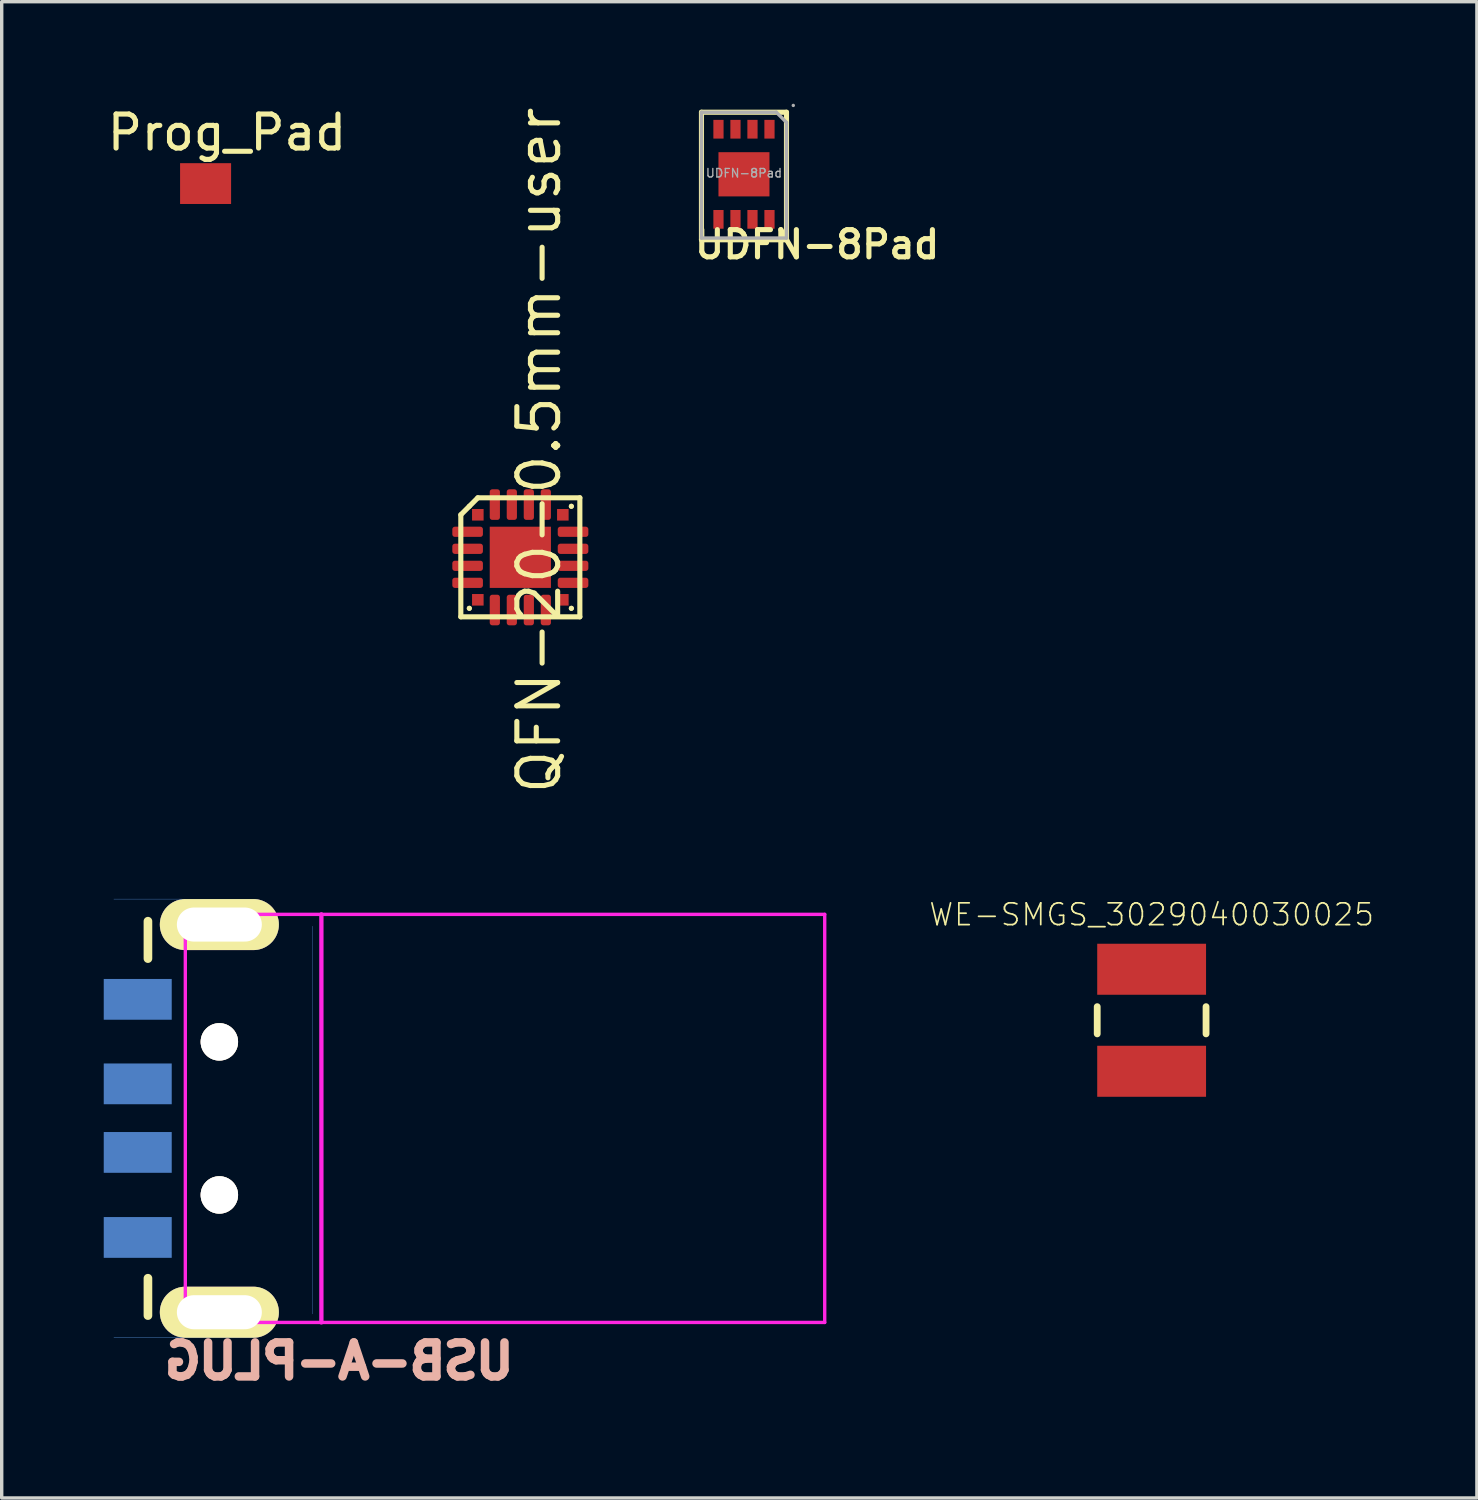
<source format=kicad_pcb>
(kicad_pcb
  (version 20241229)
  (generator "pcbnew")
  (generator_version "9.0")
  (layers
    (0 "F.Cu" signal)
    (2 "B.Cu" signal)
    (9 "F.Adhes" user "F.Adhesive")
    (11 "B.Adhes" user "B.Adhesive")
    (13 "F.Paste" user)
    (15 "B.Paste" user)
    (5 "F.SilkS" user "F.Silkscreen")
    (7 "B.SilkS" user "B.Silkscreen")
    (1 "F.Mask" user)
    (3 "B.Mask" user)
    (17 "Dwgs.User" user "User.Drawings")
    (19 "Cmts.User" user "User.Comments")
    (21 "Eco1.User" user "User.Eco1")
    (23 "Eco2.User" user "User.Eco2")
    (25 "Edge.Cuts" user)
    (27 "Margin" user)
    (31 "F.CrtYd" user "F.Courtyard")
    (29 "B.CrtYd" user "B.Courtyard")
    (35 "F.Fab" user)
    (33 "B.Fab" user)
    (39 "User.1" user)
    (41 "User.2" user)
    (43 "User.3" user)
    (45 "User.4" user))
  (footprint "USB-A-PLUG"
    (layer "F.Cu")
    (at 11.612 30.242)
    (property "Reference" "USB-A-PLUG" (at -4.686 6.731 180) (layer "B.SilkS") (effects (font (size 1 1) (thickness 0.25)) (justify mirror)))
    (attr through_hole)
    (fp_line (start -10.312 -5.105) (end -10.312 -6.205) (stroke (width 0.254) (type solid)) (layer "F.SilkS"))
    (fp_line (start -10.312 4.293) (end -10.312 5.392) (stroke (width 0.254) (type solid)) (layer "F.SilkS"))
    (fp_line (start -11.313 -6.855) (end -9.312 -6.855) (stroke (width 0.01) (type solid)) (layer "Cmts.User"))
    (fp_line (start -11.313 6.043) (end -9.312 6.043) (stroke (width 0.01) (type solid)) (layer "Cmts.User"))
    (fp_line (start -5.464 5.342) (end -5.464 -6.058) (stroke (width 0.01) (type solid)) (layer "Cmts.User"))
    (fp_line (start -9.213 -6.406) (end -9.213 5.593) (stroke (width 0.099) (type solid)) (layer "F.CrtYd"))
    (fp_line (start -9.213 5.593) (end 9.588 5.593) (stroke (width 0.099) (type solid)) (layer "F.CrtYd"))
    (fp_line (start -5.212 5.593) (end -5.212 -6.406) (stroke (width 0.127) (type solid)) (layer "F.CrtYd"))
    (fp_line (start 9.588 -6.406) (end -9.213 -6.406) (stroke (width 0.099) (type solid)) (layer "F.CrtYd"))
    (fp_line (start 9.588 5.593) (end 9.588 -6.406) (stroke (width 0.099) (type solid)) (layer "F.CrtYd"))
    (pad "1" smd rect (at -10.612 3.094 180) (size 1.999 1.199) (layers "B.Cu" "B.Mask" "B.Paste"))
    (pad "2" smd rect (at -10.612 0.594 180) (size 1.999 1.199) (layers "B.Cu" "B.Mask" "B.Paste"))
    (pad "3" smd rect (at -10.612 -1.422 180) (size 1.999 1.199) (layers "B.Cu" "B.Mask" "B.Paste"))
    (pad "4" smd rect (at -10.612 -3.907 180) (size 1.999 1.199) (layers "B.Cu" "B.Mask" "B.Paste"))
    (pad "5" thru_hole oval (at -8.212 -6.106 180) (size 3.5 1.501) (drill oval 2.499 1.001) (layers "*.Cu" "*.Mask" "F.SilkS"))
    (pad "6" thru_hole oval (at -8.212 5.293 180) (size 3.5 1.501) (drill oval 2.499 1.001) (layers "*.Cu" "*.Mask" "F.SilkS"))
    (pad "7" thru_hole circle (at -8.212 1.844 180) (size 1.1 1.1) (drill 1.1) (layers "*.Cu" "*.Mask" "F.SilkS"))
    (pad "8" thru_hole circle (at -8.212 -2.657 180) (size 1.1 1.1) (drill 1.1) (layers "*.Cu" "*.Mask" "F.SilkS")))
  (footprint "Prog_Pad"
    (layer "F.Cu")
    (at 2.995 2.348)
    (property "Reference" "Prog_Pad" (at 0.63 -1.5 0) (layer "F.SilkS") (effects (font (size 1 1) (thickness 0.15))))
    (attr through_hole)
    (pad "1" smd rect (at 0 0) (size 1.5 1.2) (layers "F.Cu" "F.Mask")))
  (footprint "UDFN-8Pad"
    (layer "F.Cu")
    (at 18.076 0.75)
    (property "Reference" "UDFN-8Pad" (at 2.9 3.39 180) (layer "F.SilkS") (effects (font (size 0.8 0.8) (thickness 0.15))))
    (attr through_hole)
    (fp_line (start -0.5 -0.5) (end 2 -0.5) (stroke (width 0.15) (type solid)) (layer "F.SilkS"))
    (fp_line (start -0.5 3.25) (end -0.5 -0.5) (stroke (width 0.15) (type solid)) (layer "F.SilkS"))
    (fp_line (start 2 -0.5) (end 2 3.25) (stroke (width 0.15) (type solid)) (layer "F.SilkS"))
    (fp_line (start 2 3.25) (end -0.5 3.25) (stroke (width 0.15) (type solid)) (layer "F.SilkS"))
    (fp_line (start -0.5 -0.5) (end 1.7 -0.5) (stroke (width 0.1) (type solid)) (layer "F.Fab"))
    (fp_line (start -0.5 3.2) (end -0.5 -0.5) (stroke (width 0.1) (type solid)) (layer "F.Fab"))
    (fp_line (start 1.7 -0.5) (end 2 -0.2) (stroke (width 0.1) (type solid)) (layer "F.Fab"))
    (fp_line (start 2 -0.2) (end 2 3.2) (stroke (width 0.1) (type solid)) (layer "F.Fab"))
    (fp_line (start 2 3.2) (end -0.5 3.2) (stroke (width 0.1) (type solid)) (layer "F.Fab"))
    (fp_line (start 2.2 -0.7) (end 2.2 -0.7) (stroke (width 0.1) (type solid)) (layer "F.Fab"))
    (fp_text user "${REFERENCE}" (at 0.75 1.29 0) (layer "F.Fab") (effects (font (size 0.25 0.25) (thickness 0.04))))
    (pad "1" smd rect (at 1.5 0) (size 0.3 0.55) (layers "F.Cu" "F.Mask" "F.Paste"))
    (pad "2" smd rect (at 1 0) (size 0.3 0.55) (layers "F.Cu" "F.Mask" "F.Paste"))
    (pad "3" smd rect (at 0.5 0) (size 0.3 0.55) (layers "F.Cu" "F.Mask" "F.Paste"))
    (pad "4" smd rect (at 0 0) (size 0.3 0.55) (layers "F.Cu" "F.Mask" "F.Paste"))
    (pad "5" smd rect (at 0 2.65) (size 0.3 0.55) (layers "F.Cu" "F.Mask" "F.Paste"))
    (pad "6" smd rect (at 0.5 2.65) (size 0.3 0.55) (layers "F.Cu" "F.Mask" "F.Paste"))
    (pad "7" smd rect (at 1 2.65) (size 0.3 0.55) (layers "F.Cu" "F.Mask" "F.Paste"))
    (pad "8" smd rect (at 1.5 2.65) (size 0.3 0.55) (layers "F.Cu" "F.Mask" "F.Paste"))
    (pad "9" smd rect (at 0.75 1.325) (size 1.5 1.3) (layers "F.Cu" "F.Mask" "F.Paste")))
  (footprint "WE-SMGS_3029040030025"
    (layer "F.Cu")
    (at 30.813 26.95)
    (property "Reference" "WE-SMGS_3029040030025" (at 0 -3.106 0) (layer "F.SilkS") (effects (font (size 0.64 0.64) (thickness 0.05))))
    (attr smd)
    (fp_line (start -1.6 -0.4) (end -1.6 0.4) (stroke (width 0.2) (type solid)) (layer "F.SilkS"))
    (fp_line (start 1.6 -0.4) (end 1.6 0.4) (stroke (width 0.2) (type solid)) (layer "F.SilkS"))
    (fp_poly (pts (xy -1.8 -2.45) (xy 1.8 -2.45) (xy 1.8 2.45) (xy -1.8 2.45)) (stroke (width 0.1) (type solid)) (fill no) (layer "Eco1.User"))
    (fp_line (start -1.5 -2) (end 1.5 -2) (stroke (width 0.127) (type solid)) (layer "Eco2.User"))
    (fp_line (start -1.5 2) (end -1.5 -2) (stroke (width 0.127) (type solid)) (layer "Eco2.User"))
    (fp_line (start 1.5 -2) (end 1.5 2) (stroke (width 0.127) (type solid)) (layer "Eco2.User"))
    (fp_line (start 1.5 2) (end -1.5 2) (stroke (width 0.127) (type solid)) (layer "Eco2.User"))
    (pad "1" smd rect (at 0 -1.5 90) (size 1.5 3.2) (layers "F.Cu" "F.Mask" "F.Paste"))
    (pad "1" smd rect (at 0 1.5 90) (size 1.5 3.2) (layers "F.Cu" "F.Mask" "F.Paste")))
  (footprint "QFN-20-0.5mm-user"
    (layer "F.Cu")
    (at 12.25 13.337)
    (property "Reference" "QFN-20-0.5mm-user" (at 0.55 -3.146 270) (layer "F.SilkS") (effects (font (size 1.2 1.2) (thickness 0.15))))
    (attr smd)
    (fp_line (start -1.75 -1.25) (end -1.75 1.75) (stroke (width 0.15) (type solid)) (layer "F.SilkS"))
    (fp_line (start -1.75 1.75) (end 1.75 1.75) (stroke (width 0.15) (type solid)) (layer "F.SilkS"))
    (fp_line (start -1.5 -1.5) (end -1.5 -1.5) (stroke (width 0.15) (type solid)) (layer "F.SilkS"))
    (fp_line (start -1.5 1.5) (end -1.5 1.5) (stroke (width 0.15) (type solid)) (layer "F.SilkS"))
    (fp_line (start -1.5 1.5) (end -1.5 1.5) (stroke (width 0.15) (type solid)) (layer "F.SilkS"))
    (fp_line (start -1.25 -1.75) (end -1.75 -1.25) (stroke (width 0.15) (type solid)) (layer "F.SilkS"))
    (fp_line (start 1.5 -1.5) (end 1.5 -1.5) (stroke (width 0.15) (type solid)) (layer "F.SilkS"))
    (fp_line (start 1.5 -1.5) (end 1.5 -1.5) (stroke (width 0.15) (type solid)) (layer "F.SilkS"))
    (fp_line (start 1.5 1.5) (end 1.5 1.5) (stroke (width 0.15) (type solid)) (layer "F.SilkS"))
    (fp_line (start 1.5 1.5) (end 1.5 1.5) (stroke (width 0.15) (type solid)) (layer "F.SilkS"))
    (fp_line (start 1.75 -1.75) (end -1.25 -1.75) (stroke (width 0.15) (type solid)) (layer "F.SilkS"))
    (fp_line (start 1.75 1.75) (end 1.75 -1.75) (stroke (width 0.15) (type solid)) (layer "F.SilkS"))
    (pad "1" smd rect (at -1.25 -1.25 90) (size 0.34 0.34) (layers "F.Cu" "F.Mask" "F.Paste"))
    (pad "2" smd roundrect (at -1.55 -0.75 90) (size 0.3 0.9) (layers "F.Cu" "F.Mask" "F.Paste") (roundrect_rratio 0.25))
    (pad "3" smd roundrect (at -1.55 -0.25 90) (size 0.3 0.9) (layers "F.Cu" "F.Mask" "F.Paste") (roundrect_rratio 0.25))
    (pad "4" smd roundrect (at -1.55 0.25 90) (size 0.3 0.9) (layers "F.Cu" "F.Mask" "F.Paste") (roundrect_rratio 0.25))
    (pad "5" smd roundrect (at -1.55 0.75 90) (size 0.3 0.9) (layers "F.Cu" "F.Mask" "F.Paste") (roundrect_rratio 0.25))
    (pad "6" smd rect (at -1.25 1.25) (size 0.34 0.34) (layers "F.Cu" "F.Mask" "F.Paste"))
    (pad "7" smd roundrect (at -0.75 1.55) (size 0.3 0.9) (layers "F.Cu" "F.Mask" "F.Paste") (roundrect_rratio 0.25))
    (pad "8" smd roundrect (at -0.25 1.55) (size 0.3 0.9) (layers "F.Cu" "F.Mask" "F.Paste") (roundrect_rratio 0.25))
    (pad "9" smd roundrect (at 0.25 1.55) (size 0.3 0.9) (layers "F.Cu" "F.Mask" "F.Paste") (roundrect_rratio 0.25))
    (pad "10" smd roundrect (at 0.75 1.55) (size 0.3 0.9) (layers "F.Cu" "F.Mask" "F.Paste") (roundrect_rratio 0.25))
    (pad "11" smd rect (at 1.25 1.25 90) (size 0.34 0.34) (layers "F.Cu" "F.Mask" "F.Paste"))
    (pad "12" smd roundrect (at 1.55 0.75 90) (size 0.3 0.9) (layers "F.Cu" "F.Mask" "F.Paste") (roundrect_rratio 0.25))
    (pad "13" smd roundrect (at 1.55 0.25 90) (size 0.3 0.9) (layers "F.Cu" "F.Mask" "F.Paste") (roundrect_rratio 0.25))
    (pad "14" smd roundrect (at 1.55 -0.25 90) (size 0.3 0.9) (layers "F.Cu" "F.Mask" "F.Paste") (roundrect_rratio 0.25))
    (pad "15" smd roundrect (at 1.55 -0.75 90) (size 0.3 0.9) (layers "F.Cu" "F.Mask" "F.Paste") (roundrect_rratio 0.25))
    (pad "16" smd rect (at 1.25 -1.25) (size 0.34 0.34) (layers "F.Cu" "F.Mask" "F.Paste"))
    (pad "17" smd roundrect (at 0.75 -1.55) (size 0.3 0.9) (layers "F.Cu" "F.Mask" "F.Paste") (roundrect_rratio 0.25))
    (pad "18" smd roundrect (at 0.25 -1.55) (size 0.3 0.9) (layers "F.Cu" "F.Mask" "F.Paste") (roundrect_rratio 0.25))
    (pad "19" smd roundrect (at -0.25 -1.55) (size 0.3 0.9) (layers "F.Cu" "F.Mask" "F.Paste") (roundrect_rratio 0.25))
    (pad "20" smd roundrect (at -0.75 -1.55) (size 0.3 0.9) (layers "F.Cu" "F.Mask" "F.Paste") (roundrect_rratio 0.25))
    (pad "21" smd rect (at 0 0) (size 1.8 1.8) (layers "F.Cu" "F.Mask" "F.Paste")))
  (gr_rect
    (start -3 -3)
    (end 40.377 40.997)
    (stroke (width 0.1) (type default))
    (fill no)
    (layer "Edge.Cuts")))
</source>
